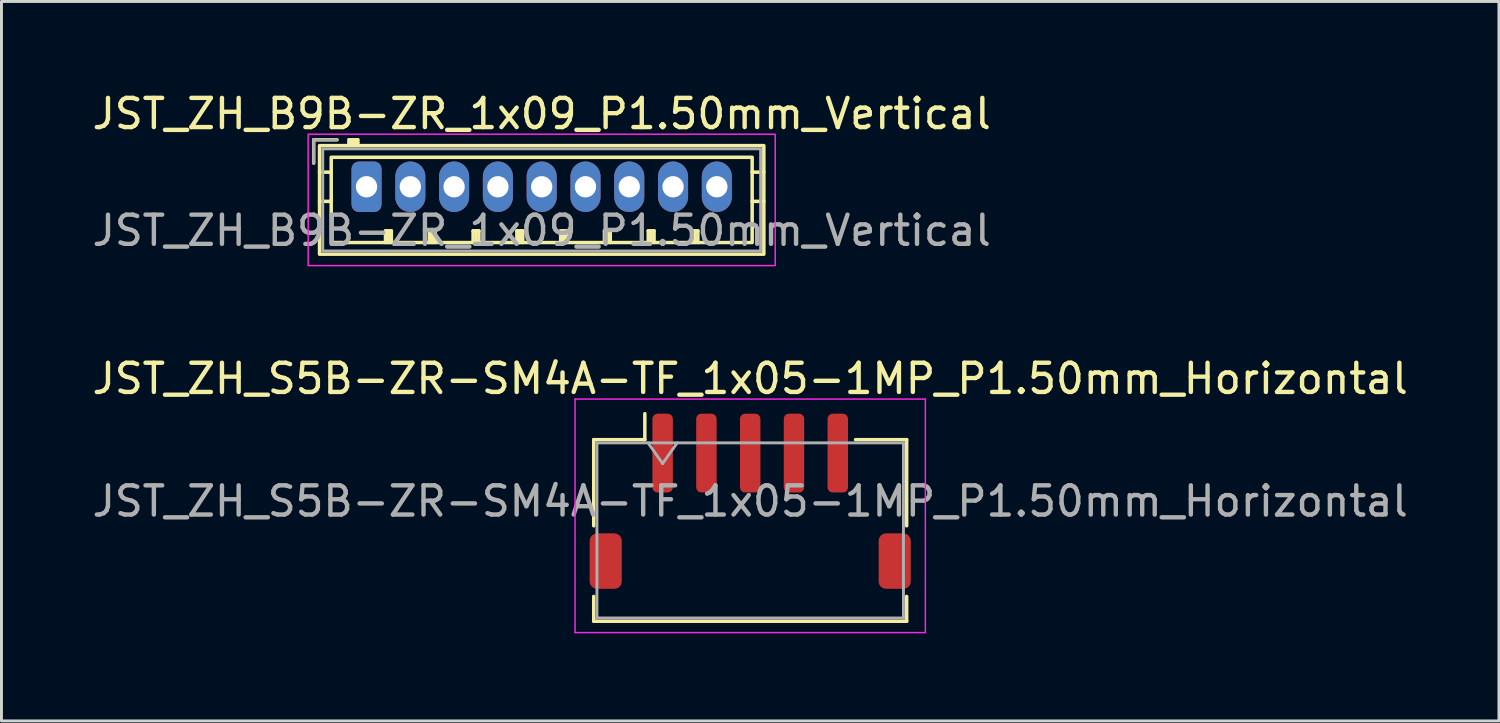
<source format=kicad_pcb>
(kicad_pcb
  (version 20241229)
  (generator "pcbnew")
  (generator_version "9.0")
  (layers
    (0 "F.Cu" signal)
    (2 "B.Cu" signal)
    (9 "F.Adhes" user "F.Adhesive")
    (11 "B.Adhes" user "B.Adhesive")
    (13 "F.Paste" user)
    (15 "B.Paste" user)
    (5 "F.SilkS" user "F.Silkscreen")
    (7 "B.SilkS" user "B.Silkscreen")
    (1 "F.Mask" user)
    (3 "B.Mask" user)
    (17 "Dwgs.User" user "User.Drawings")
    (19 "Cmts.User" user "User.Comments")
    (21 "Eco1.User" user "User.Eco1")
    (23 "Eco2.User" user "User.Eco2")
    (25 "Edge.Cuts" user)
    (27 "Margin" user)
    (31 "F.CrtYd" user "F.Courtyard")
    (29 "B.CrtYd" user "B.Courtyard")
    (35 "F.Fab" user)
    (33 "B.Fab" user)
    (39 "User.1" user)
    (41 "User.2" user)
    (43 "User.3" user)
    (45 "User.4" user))
  (footprint "JST_ZH_B9B-ZR_1x09_P1.50mm_Vertical"
    (layer "F.Cu")
    (at 9.506 3.348)
    (property "Reference" "JST_ZH_B9B-ZR_1x09_P1.50mm_Vertical" (at 6 -2.5 0) (layer "F.SilkS") (effects (font (size 1 1) (thickness 0.15))))
    (attr through_hole)
    (fp_line (start -1.81 -1.61) (end -1.81 -0.81) (stroke (width 0.12) (type solid)) (layer "F.SilkS"))
    (fp_line (start -1.61 -0.5) (end -1.21 -0.5) (stroke (width 0.12) (type solid)) (layer "F.SilkS"))
    (fp_line (start -1.61 0.5) (end -1.21 0.5) (stroke (width 0.12) (type solid)) (layer "F.SilkS"))
    (fp_line (start -1.01 -1.61) (end -1.81 -1.61) (stroke (width 0.12) (type solid)) (layer "F.SilkS"))
    (fp_line (start -0.6 -1.61) (end -0.6 -1.41) (stroke (width 0.12) (type solid)) (layer "F.SilkS"))
    (fp_line (start -0.3 -1.61) (end -0.6 -1.61) (stroke (width 0.12) (type solid)) (layer "F.SilkS"))
    (fp_line (start -0.3 -1.51) (end -0.6 -1.51) (stroke (width 0.12) (type solid)) (layer "F.SilkS"))
    (fp_line (start -0.3 -1.41) (end -0.3 -1.61) (stroke (width 0.12) (type solid)) (layer "F.SilkS"))
    (fp_line (start 0.65 1.51) (end 0.85 1.51) (stroke (width 0.12) (type solid)) (layer "F.SilkS"))
    (fp_line (start 0.65 1.91) (end 0.65 1.51) (stroke (width 0.12) (type solid)) (layer "F.SilkS"))
    (fp_line (start 0.75 1.91) (end 0.75 1.51) (stroke (width 0.12) (type solid)) (layer "F.SilkS"))
    (fp_line (start 0.85 1.51) (end 0.85 1.91) (stroke (width 0.12) (type solid)) (layer "F.SilkS"))
    (fp_line (start 2.15 1.51) (end 2.35 1.51) (stroke (width 0.12) (type solid)) (layer "F.SilkS"))
    (fp_line (start 2.15 1.91) (end 2.15 1.51) (stroke (width 0.12) (type solid)) (layer "F.SilkS"))
    (fp_line (start 2.25 1.91) (end 2.25 1.51) (stroke (width 0.12) (type solid)) (layer "F.SilkS"))
    (fp_line (start 2.35 1.51) (end 2.35 1.91) (stroke (width 0.12) (type solid)) (layer "F.SilkS"))
    (fp_line (start 3.65 1.51) (end 3.85 1.51) (stroke (width 0.12) (type solid)) (layer "F.SilkS"))
    (fp_line (start 3.65 1.91) (end 3.65 1.51) (stroke (width 0.12) (type solid)) (layer "F.SilkS"))
    (fp_line (start 3.75 1.91) (end 3.75 1.51) (stroke (width 0.12) (type solid)) (layer "F.SilkS"))
    (fp_line (start 3.85 1.51) (end 3.85 1.91) (stroke (width 0.12) (type solid)) (layer "F.SilkS"))
    (fp_line (start 5.15 1.51) (end 5.35 1.51) (stroke (width 0.12) (type solid)) (layer "F.SilkS"))
    (fp_line (start 5.15 1.91) (end 5.15 1.51) (stroke (width 0.12) (type solid)) (layer "F.SilkS"))
    (fp_line (start 5.25 1.91) (end 5.25 1.51) (stroke (width 0.12) (type solid)) (layer "F.SilkS"))
    (fp_line (start 5.35 1.51) (end 5.35 1.91) (stroke (width 0.12) (type solid)) (layer "F.SilkS"))
    (fp_line (start 6.65 1.51) (end 6.85 1.51) (stroke (width 0.12) (type solid)) (layer "F.SilkS"))
    (fp_line (start 6.65 1.91) (end 6.65 1.51) (stroke (width 0.12) (type solid)) (layer "F.SilkS"))
    (fp_line (start 6.75 1.91) (end 6.75 1.51) (stroke (width 0.12) (type solid)) (layer "F.SilkS"))
    (fp_line (start 6.85 1.51) (end 6.85 1.91) (stroke (width 0.12) (type solid)) (layer "F.SilkS"))
    (fp_line (start 8.15 1.51) (end 8.35 1.51) (stroke (width 0.12) (type solid)) (layer "F.SilkS"))
    (fp_line (start 8.15 1.91) (end 8.15 1.51) (stroke (width 0.12) (type solid)) (layer "F.SilkS"))
    (fp_line (start 8.25 1.91) (end 8.25 1.51) (stroke (width 0.12) (type solid)) (layer "F.SilkS"))
    (fp_line (start 8.35 1.51) (end 8.35 1.91) (stroke (width 0.12) (type solid)) (layer "F.SilkS"))
    (fp_line (start 9.65 1.51) (end 9.85 1.51) (stroke (width 0.12) (type solid)) (layer "F.SilkS"))
    (fp_line (start 9.65 1.91) (end 9.65 1.51) (stroke (width 0.12) (type solid)) (layer "F.SilkS"))
    (fp_line (start 9.75 1.91) (end 9.75 1.51) (stroke (width 0.12) (type solid)) (layer "F.SilkS"))
    (fp_line (start 9.85 1.51) (end 9.85 1.91) (stroke (width 0.12) (type solid)) (layer "F.SilkS"))
    (fp_line (start 11.15 1.51) (end 11.35 1.51) (stroke (width 0.12) (type solid)) (layer "F.SilkS"))
    (fp_line (start 11.15 1.91) (end 11.15 1.51) (stroke (width 0.12) (type solid)) (layer "F.SilkS"))
    (fp_line (start 11.25 1.91) (end 11.25 1.51) (stroke (width 0.12) (type solid)) (layer "F.SilkS"))
    (fp_line (start 11.35 1.51) (end 11.35 1.91) (stroke (width 0.12) (type solid)) (layer "F.SilkS"))
    (fp_line (start 13.61 -0.5) (end 13.21 -0.5) (stroke (width 0.12) (type solid)) (layer "F.SilkS"))
    (fp_line (start 13.61 0.5) (end 13.21 0.5) (stroke (width 0.12) (type solid)) (layer "F.SilkS"))
    (fp_rect (start -1.61 -1.41) (end 13.61 2.31) (stroke (width 0.12) (type solid)) (fill no) (layer "F.SilkS"))
    (fp_rect (start -1.21 -1.01) (end 13.21 1.91) (stroke (width 0.12) (type solid)) (fill no) (layer "F.SilkS"))
    (fp_rect (start -2 -1.8) (end 14 2.7) (stroke (width 0.05) (type solid)) (fill no) (layer "F.CrtYd"))
    (fp_line (start -1.81 -1.61) (end -1.81 -0.81) (stroke (width 0.1) (type solid)) (layer "F.Fab"))
    (fp_line (start -1.01 -1.61) (end -1.81 -1.61) (stroke (width 0.1) (type solid)) (layer "F.Fab"))
    (fp_rect (start -1.5 -1.3) (end 13.5 2.2) (stroke (width 0.1) (type solid)) (fill no) (layer "F.Fab"))
    (fp_text user "${REFERENCE}" (at 6 1.5 0) (layer "F.Fab") (effects (font (size 1 1) (thickness 0.15))))
    (pad "1" thru_hole roundrect (at 0 0) (size 1.03 1.73) (drill 0.73) (layers "*.Cu" "*.Mask") (roundrect_rratio 0.243))
    (pad "2" thru_hole oval (at 1.5 0) (size 1.03 1.73) (drill 0.73) (layers "*.Cu" "*.Mask"))
    (pad "3" thru_hole oval (at 3 0) (size 1.03 1.73) (drill 0.73) (layers "*.Cu" "*.Mask"))
    (pad "4" thru_hole oval (at 4.5 0) (size 1.03 1.73) (drill 0.73) (layers "*.Cu" "*.Mask"))
    (pad "5" thru_hole oval (at 6 0) (size 1.03 1.73) (drill 0.73) (layers "*.Cu" "*.Mask"))
    (pad "6" thru_hole oval (at 7.5 0) (size 1.03 1.73) (drill 0.73) (layers "*.Cu" "*.Mask"))
    (pad "7" thru_hole oval (at 9 0) (size 1.03 1.73) (drill 0.73) (layers "*.Cu" "*.Mask"))
    (pad "8" thru_hole oval (at 10.5 0) (size 1.03 1.73) (drill 0.73) (layers "*.Cu" "*.Mask"))
    (pad "9" thru_hole oval (at 12 0) (size 1.03 1.73) (drill 0.73) (layers "*.Cu" "*.Mask")))
  (footprint "JST_ZH_S5B-ZR-SM4A-TF_1x05-1MP_P1.50mm_Horizontal"
    (layer "F.Cu")
    (at 22.649 14.121)
    (property "Reference" "JST_ZH_S5B-ZR-SM4A-TF_1x05-1MP_P1.50mm_Horizontal" (at 0 -4.2 0) (layer "F.SilkS") (effects (font (size 1 1) (thickness 0.15))))
    (attr smd)
    (fp_line (start -5.36 -2.11) (end -3.61 -2.11) (stroke (width 0.12) (type solid)) (layer "F.SilkS"))
    (fp_line (start -5.36 0.84) (end -5.36 -2.11) (stroke (width 0.12) (type solid)) (layer "F.SilkS"))
    (fp_line (start -5.36 3.26) (end -5.36 4.11) (stroke (width 0.12) (type solid)) (layer "F.SilkS"))
    (fp_line (start -5.36 4.11) (end 5.36 4.11) (stroke (width 0.12) (type solid)) (layer "F.SilkS"))
    (fp_line (start -3.61 -2.11) (end -3.61 -3) (stroke (width 0.12) (type solid)) (layer "F.SilkS"))
    (fp_line (start 5.36 -2.11) (end 3.61 -2.11) (stroke (width 0.12) (type solid)) (layer "F.SilkS"))
    (fp_line (start 5.36 0.84) (end 5.36 -2.11) (stroke (width 0.12) (type solid)) (layer "F.SilkS"))
    (fp_line (start 5.36 4.11) (end 5.36 3.26) (stroke (width 0.12) (type solid)) (layer "F.SilkS"))
    (fp_line (start -6 -3.5) (end -6 4.5) (stroke (width 0.05) (type solid)) (layer "F.CrtYd"))
    (fp_line (start -6 4.5) (end 6 4.5) (stroke (width 0.05) (type solid)) (layer "F.CrtYd"))
    (fp_line (start 6 -3.5) (end -6 -3.5) (stroke (width 0.05) (type solid)) (layer "F.CrtYd"))
    (fp_line (start 6 4.5) (end 6 -3.5) (stroke (width 0.05) (type solid)) (layer "F.CrtYd"))
    (fp_line (start -5.25 -2) (end -5.25 4) (stroke (width 0.1) (type solid)) (layer "F.Fab"))
    (fp_line (start -5.25 -2) (end 5.25 -2) (stroke (width 0.1) (type solid)) (layer "F.Fab"))
    (fp_line (start -5.25 4) (end 5.25 4) (stroke (width 0.1) (type solid)) (layer "F.Fab"))
    (fp_line (start -3.5 -2) (end -3 -1.293) (stroke (width 0.1) (type solid)) (layer "F.Fab"))
    (fp_line (start -3 -1.293) (end -2.5 -2) (stroke (width 0.1) (type solid)) (layer "F.Fab"))
    (fp_line (start 5.25 -2) (end 5.25 4) (stroke (width 0.1) (type solid)) (layer "F.Fab"))
    (fp_text user "${REFERENCE}" (at 0 0 0) (layer "F.Fab") (effects (font (size 1 1) (thickness 0.15))))
    (pad "1" smd roundrect (at -3 -1.65) (size 0.7 2.7) (layers "F.Cu" "F.Mask" "F.Paste") (roundrect_rratio 0.25))
    (pad "2" smd roundrect (at -1.5 -1.65) (size 0.7 2.7) (layers "F.Cu" "F.Mask" "F.Paste") (roundrect_rratio 0.25))
    (pad "3" smd roundrect (at 0 -1.65) (size 0.7 2.7) (layers "F.Cu" "F.Mask" "F.Paste") (roundrect_rratio 0.25))
    (pad "4" smd roundrect (at 1.5 -1.65) (size 0.7 2.7) (layers "F.Cu" "F.Mask" "F.Paste") (roundrect_rratio 0.25))
    (pad "5" smd roundrect (at 3 -1.65) (size 0.7 2.7) (layers "F.Cu" "F.Mask" "F.Paste") (roundrect_rratio 0.25))
    (pad "MP" smd roundrect (at -4.95 2.05) (size 1.1 1.9) (layers "F.Cu" "F.Mask" "F.Paste") (roundrect_rratio 0.227))
    (pad "MP" smd roundrect (at 4.95 2.05) (size 1.1 1.9) (layers "F.Cu" "F.Mask" "F.Paste") (roundrect_rratio 0.227)))
  (gr_rect
    (start -3 -3)
    (end 48.298 21.646)
    (stroke (width 0.1) (type default))
    (fill no)
    (layer "Edge.Cuts")))
</source>
